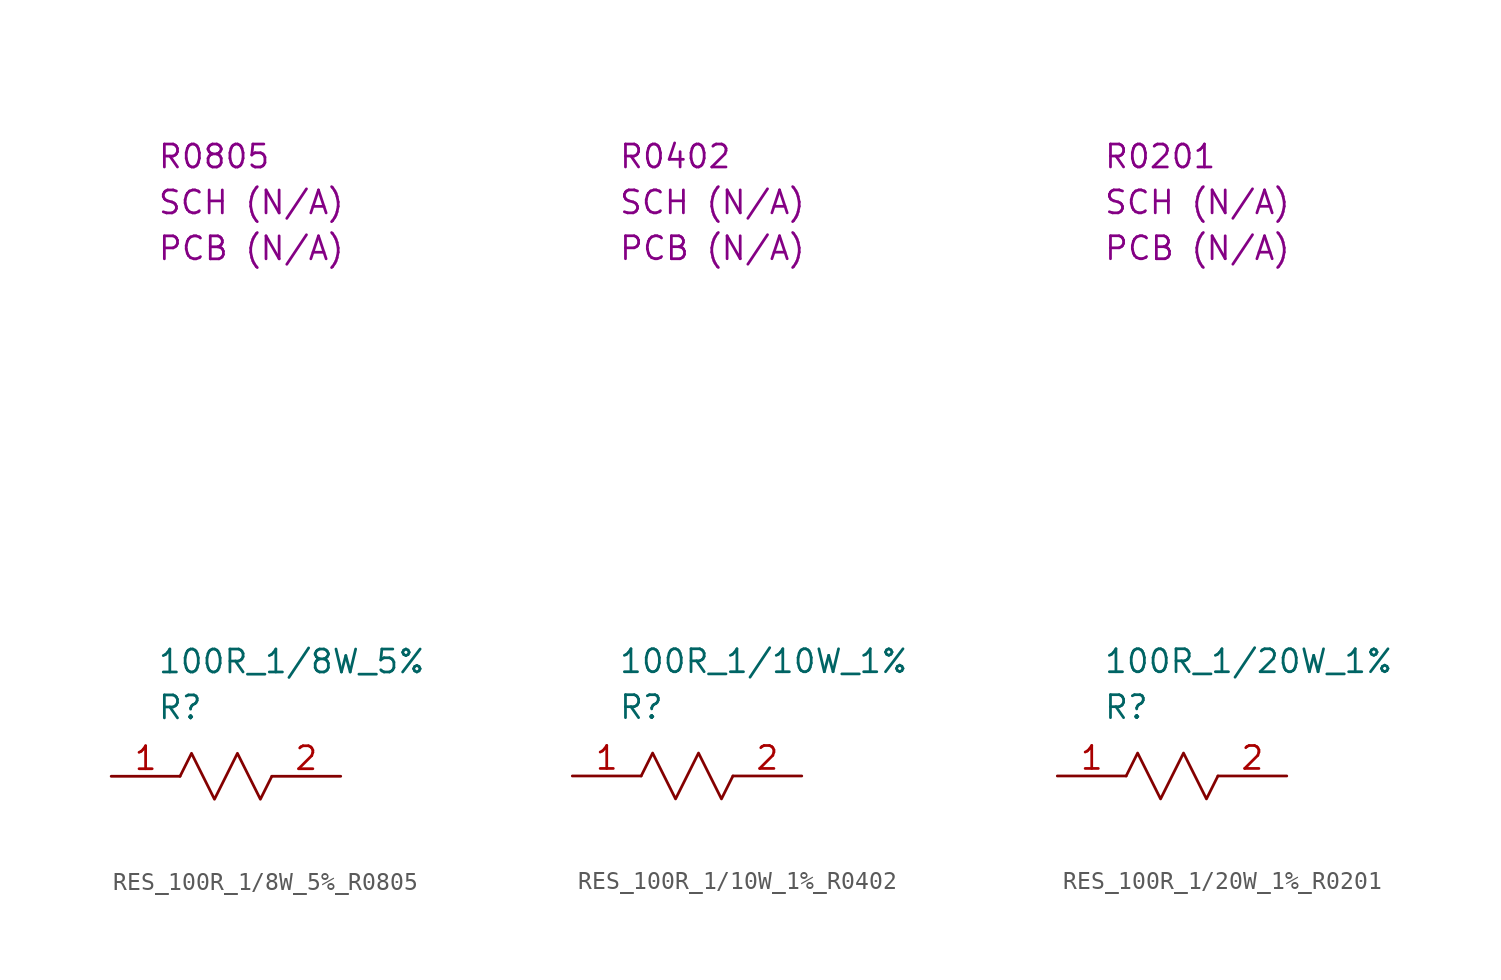
<source format=kicad_sym>
(kicad_symbol_lib
  (version 20220914)
  (generator kicad_symbol_editor)
  (symbol "RES_100R_1/8W_5%_R0805"
    (property "Reference" "R"
      (at 2.54 3.81 0)
      (effects (font (size 1.27 1.27)) (justify left)))
    (property "Value" "100R_1/8W_5%"
      (at 2.54 6.35 0)
      (effects (font (size 1.27 1.27)) (justify left)))
    (property "Package" "R0805"
      (at 2.54 34.29 0)
      (effects (font (size 1.27 1.27)) (justify left)))
    (property "SCH CHECK" "SCH (N/A)"
      (at 2.54 31.75 0)
      (effects (font (size 1.27 1.27)) (justify left)))
    (property "PCB CHECk" "PCB (N/A)"
      (at 2.54 29.21 0)
      (effects (font (size 1.27 1.27)) (justify left)))
    (symbol "RES_100R_1/8W_5%_R0805_0_0"
      (polyline (pts (xy 3.81 0) (xy 4.445 1.27) (xy 5.715 -1.27) (xy 6.985 1.27) (xy 8.255 -1.27) (xy 8.89 0)) (stroke (width 0) (type default)) (fill (type none))))
    (symbol "RES_100R_1/8W_5%_R0805_1_1"
      (pin passive line (at 0 0 0) (length 3.81) (name "" (effects (font (size 1.27 1.27)))) (number "1" (effects (font (size 1.27 1.27)))))
      (pin passive line (at 12.7 0 180) (length 3.81) (name "" (effects (font (size 1.27 1.27)))) (number "2" (effects (font (size 1.27 1.27)))))))
  (symbol "RES_100R_1/10W_1%_R0402"
    (property "Reference" "R"
      (at 2.54 3.81 0)
      (effects (font (size 1.27 1.27)) (justify left)))
    (property "Value" "100R_1/10W_1%"
      (at 2.54 6.35 0)
      (effects (font (size 1.27 1.27)) (justify left)))
    (property "Package" "R0402"
      (at 2.54 34.29 0)
      (effects (font (size 1.27 1.27)) (justify left)))
    (property "SCH CHECK" "SCH (N/A)"
      (at 2.54 31.75 0)
      (effects (font (size 1.27 1.27)) (justify left)))
    (property "PCB CHECk" "PCB (N/A)"
      (at 2.54 29.21 0)
      (effects (font (size 1.27 1.27)) (justify left)))
    (symbol "RES_100R_1/10W_1%_R0402_0_0"
      (polyline (pts (xy 3.81 0) (xy 4.445 1.27) (xy 5.715 -1.27) (xy 6.985 1.27) (xy 8.255 -1.27) (xy 8.89 0)) (stroke (width 0) (type default)) (fill (type none))))
    (symbol "RES_100R_1/10W_1%_R0402_1_1"
      (pin passive line (at 0 0 0) (length 3.81) (name "" (effects (font (size 1.27 1.27)))) (number "1" (effects (font (size 1.27 1.27)))))
      (pin passive line (at 12.7 0 180) (length 3.81) (name "" (effects (font (size 1.27 1.27)))) (number "2" (effects (font (size 1.27 1.27)))))))
  (symbol "RES_100R_1/20W_1%_R0201"
    (property "Reference" "R"
      (at 2.54 3.81 0)
      (effects (font (size 1.27 1.27)) (justify left)))
    (property "Value" "100R_1/20W_1%"
      (at 2.54 6.35 0)
      (effects (font (size 1.27 1.27)) (justify left)))
    (property "Package" "R0201"
      (at 2.54 34.29 0)
      (effects (font (size 1.27 1.27)) (justify left)))
    (property "SCH CHECK" "SCH (N/A)"
      (at 2.54 31.75 0)
      (effects (font (size 1.27 1.27)) (justify left)))
    (property "PCB CHECk" "PCB (N/A)"
      (at 2.54 29.21 0)
      (effects (font (size 1.27 1.27)) (justify left)))
    (symbol "RES_100R_1/20W_1%_R0201_0_0"
      (polyline (pts (xy 3.81 0) (xy 4.445 1.27) (xy 5.715 -1.27) (xy 6.985 1.27) (xy 8.255 -1.27) (xy 8.89 0)) (stroke (width 0) (type default)) (fill (type none))))
    (symbol "RES_100R_1/20W_1%_R0201_1_1"
      (pin passive line (at 0 0 0) (length 3.81) (name "" (effects (font (size 1.27 1.27)))) (number "1" (effects (font (size 1.27 1.27)))))
      (pin passive line (at 12.7 0 180) (length 3.81) (name "" (effects (font (size 1.27 1.27)))) (number "2" (effects (font (size 1.27 1.27))))))))
</source>
